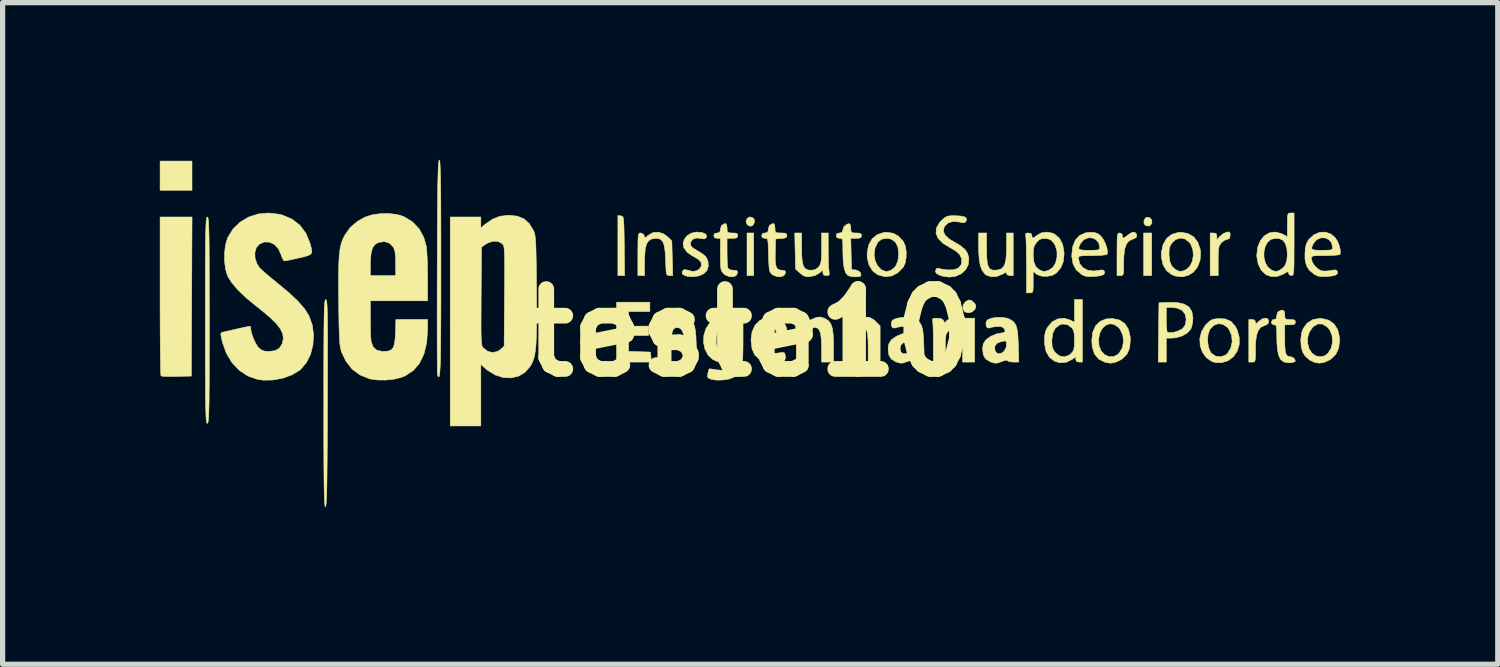
<source format=kicad_pcb>
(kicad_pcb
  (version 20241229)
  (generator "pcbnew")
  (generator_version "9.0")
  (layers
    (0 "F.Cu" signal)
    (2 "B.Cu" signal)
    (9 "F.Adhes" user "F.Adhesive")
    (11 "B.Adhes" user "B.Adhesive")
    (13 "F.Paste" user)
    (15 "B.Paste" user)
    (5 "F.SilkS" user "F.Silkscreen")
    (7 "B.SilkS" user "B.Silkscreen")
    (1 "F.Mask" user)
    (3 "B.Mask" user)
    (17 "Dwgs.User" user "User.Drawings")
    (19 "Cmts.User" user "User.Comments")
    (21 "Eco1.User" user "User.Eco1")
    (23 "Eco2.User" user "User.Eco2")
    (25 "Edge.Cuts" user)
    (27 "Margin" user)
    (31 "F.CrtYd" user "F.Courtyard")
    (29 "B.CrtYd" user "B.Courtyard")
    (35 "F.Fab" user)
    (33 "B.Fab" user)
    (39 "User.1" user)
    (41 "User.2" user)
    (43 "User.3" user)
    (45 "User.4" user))
  (footprint "teste10"
    (layer "F.Cu")
    (at 11.257 3.301)
    (property "Reference" "teste10" (at 0 0 0) (layer "F.SilkS") (effects (font (size 1.524 1.524) (thickness 0.3))))
    (attr through_hole)
    (fp_poly (pts (xy -10.643 -2.718) (xy -11.252 -2.718) (xy -11.252 -3.277) (xy -10.643 -3.277) (xy -10.643 -2.718)) (stroke (width 0.01) (type solid)) (fill yes) (layer "F.SilkS"))
    (fp_poly (pts (xy 0.076 -1.092) (xy -0.051 -1.092) (xy -0.051 -1.905) (xy 0.076 -1.905) (xy 0.076 -1.092)) (stroke (width 0.01) (type solid)) (fill yes) (layer "F.SilkS"))
    (fp_poly (pts (xy 4.293 0.559) (xy 4.064 0.559) (xy 4.064 -0.279) (xy 4.293 -0.279) (xy 4.293 0.559)) (stroke (width 0.01) (type solid)) (fill yes) (layer "F.SilkS"))
    (fp_poly (pts (xy 7.671 -1.092) (xy 7.518 -1.092) (xy 7.518 -1.905) (xy 7.671 -1.905) (xy 7.671 -1.092)) (stroke (width 0.01) (type solid)) (fill yes) (layer "F.SilkS"))
    (fp_poly (pts (xy 0.07 -2.189) (xy 0.089 -2.158) (xy 0.088 -2.098) (xy 0.056 -2.049) (xy 0.013 -2.032) (xy -0.029 -2.05) (xy -0.05 -2.069) (xy -0.07 -2.125) (xy -0.052 -2.177) (xy -0.005 -2.208) (xy 0.013 -2.21) (xy 0.07 -2.189)) (stroke (width 0.01) (type solid)) (fill yes) (layer "F.SilkS"))
    (fp_poly (pts (xy 7.636 -2.196) (xy 7.672 -2.153) (xy 7.676 -2.096) (xy 7.669 -2.079) (xy 7.626 -2.037) (xy 7.568 -2.043) (xy 7.548 -2.054) (xy 7.523 -2.095) (xy 7.527 -2.15) (xy 7.556 -2.194) (xy 7.58 -2.206) (xy 7.636 -2.196)) (stroke (width 0.01) (type solid)) (fill yes) (layer "F.SilkS"))
    (fp_poly (pts (xy -2.457 -2.231) (xy -2.439 -2.227) (xy -2.425 -2.218) (xy -2.414 -2.196) (xy -2.407 -2.157) (xy -2.402 -2.093) (xy -2.399 -1.998) (xy -2.396 -1.865) (xy -2.394 -1.69) (xy -2.393 -1.657) (xy -2.387 -1.092) (xy -2.515 -1.092) (xy -2.515 -2.239) (xy -2.457 -2.231)) (stroke (width 0.01) (type solid)) (fill yes) (layer "F.SilkS"))
    (fp_poly (pts (xy -1.905 -0.406) (xy -2.311 -0.406) (xy -2.311 -0.127) (xy -1.93 -0.127) (xy -1.93 0.051) (xy -2.311 0.051) (xy -2.311 0.354) (xy -2.102 0.361) (xy -1.892 0.368) (xy -1.877 0.559) (xy -2.54 0.559) (xy -2.54 -0.584) (xy -1.905 -0.584) (xy -1.905 -0.406)) (stroke (width 0.01) (type solid)) (fill yes) (layer "F.SilkS"))
    (fp_poly (pts (xy 4.216 -0.622) (xy 4.255 -0.599) (xy 4.3 -0.554) (xy 4.318 -0.509) (xy 4.297 -0.445) (xy 4.244 -0.399) (xy 4.177 -0.381) (xy 4.113 -0.397) (xy 4.094 -0.411) (xy 4.065 -0.472) (xy 4.076 -0.54) (xy 4.124 -0.597) (xy 4.128 -0.599) (xy 4.177 -0.626) (xy 4.216 -0.622)) (stroke (width 0.01) (type solid)) (fill yes) (layer "F.SilkS"))
    (fp_poly (pts (xy -10.649 -0.692) (xy -10.655 0.826) (xy -10.936 0.833) (xy -11.051 0.834) (xy -11.146 0.832) (xy -11.211 0.828) (xy -11.234 0.822) (xy -11.238 0.794) (xy -11.241 0.72) (xy -11.243 0.604) (xy -11.246 0.45) (xy -11.248 0.264) (xy -11.25 0.049) (xy -11.251 -0.189) (xy -11.252 -0.447) (xy -11.252 -0.703) (xy -11.252 -2.21) (xy -10.642 -2.21) (xy -10.649 -0.692)) (stroke (width 0.01) (type solid)) (fill yes) (layer "F.SilkS"))
    (fp_poly (pts (xy 2.007 -0.204) (xy 2.089 -0.254) (xy 2.193 -0.299) (xy 2.286 -0.296) (xy 2.376 -0.244) (xy 2.403 -0.218) (xy 2.489 -0.132) (xy 2.489 0.559) (xy 2.261 0.559) (xy 2.261 0.278) (xy 2.258 0.128) (xy 2.249 0.021) (xy 2.231 -0.048) (xy 2.203 -0.086) (xy 2.162 -0.101) (xy 2.147 -0.102) (xy 2.091 -0.091) (xy 2.051 -0.055) (xy 2.026 0.013) (xy 2.011 0.117) (xy 2.007 0.266) (xy 2.007 0.285) (xy 2.007 0.559) (xy 1.778 0.559) (xy 1.778 -0.66) (xy 2.007 -0.66) (xy 2.007 -0.204)) (stroke (width 0.01) (type solid)) (fill yes) (layer "F.SilkS"))
    (fp_poly (pts (xy 9.167 -1.903) (xy 9.169 -1.862) (xy 9.161 -1.807) (xy 9.127 -1.786) (xy 9.112 -1.785) (xy 9.057 -1.763) (xy 9 -1.717) (xy 8.998 -1.714) (xy 8.973 -1.68) (xy 8.956 -1.641) (xy 8.946 -1.586) (xy 8.942 -1.504) (xy 8.941 -1.383) (xy 8.941 -1.37) (xy 8.941 -1.092) (xy 8.788 -1.092) (xy 8.788 -1.905) (xy 8.852 -1.905) (xy 8.9 -1.895) (xy 8.915 -1.854) (xy 8.915 -1.84) (xy 8.915 -1.775) (xy 8.973 -1.839) (xy 9.034 -1.89) (xy 9.1 -1.919) (xy 9.149 -1.926) (xy 9.167 -1.903)) (stroke (width 0.01) (type solid)) (fill yes) (layer "F.SilkS"))
    (fp_poly (pts (xy 9.887 -0.267) (xy 9.906 -0.223) (xy 9.906 -0.221) (xy 9.892 -0.174) (xy 9.841 -0.144) (xy 9.823 -0.139) (xy 9.753 -0.104) (xy 9.704 -0.043) (xy 9.672 0.051) (xy 9.655 0.183) (xy 9.652 0.311) (xy 9.652 0.425) (xy 9.649 0.497) (xy 9.641 0.537) (xy 9.626 0.554) (xy 9.602 0.559) (xy 9.588 0.559) (xy 9.525 0.559) (xy 9.525 -0.254) (xy 9.588 -0.254) (xy 9.639 -0.242) (xy 9.652 -0.204) (xy 9.655 -0.175) (xy 9.672 -0.178) (xy 9.713 -0.216) (xy 9.714 -0.217) (xy 9.779 -0.264) (xy 9.84 -0.28) (xy 9.887 -0.267)) (stroke (width 0.01) (type solid)) (fill yes) (layer "F.SilkS"))
    (fp_poly (pts (xy 4.521 -1.606) (xy 4.524 -1.449) (xy 4.534 -1.336) (xy 4.555 -1.261) (xy 4.587 -1.217) (xy 4.634 -1.197) (xy 4.673 -1.194) (xy 4.758 -1.202) (xy 4.819 -1.232) (xy 4.862 -1.289) (xy 4.887 -1.379) (xy 4.9 -1.508) (xy 4.902 -1.637) (xy 4.902 -1.905) (xy 5.029 -1.905) (xy 5.029 -1.092) (xy 4.966 -1.092) (xy 4.915 -1.105) (xy 4.902 -1.13) (xy 4.895 -1.15) (xy 4.865 -1.143) (xy 4.82 -1.117) (xy 4.713 -1.075) (xy 4.607 -1.07) (xy 4.515 -1.102) (xy 4.484 -1.127) (xy 4.435 -1.193) (xy 4.401 -1.281) (xy 4.38 -1.4) (xy 4.37 -1.557) (xy 4.369 -1.645) (xy 4.369 -1.905) (xy 4.521 -1.905) (xy 4.521 -1.606)) (stroke (width 0.01) (type solid)) (fill yes) (layer "F.SilkS"))
    (fp_poly (pts (xy 7.381 -1.885) (xy 7.386 -1.864) (xy 7.379 -1.823) (xy 7.337 -1.796) (xy 7.31 -1.788) (xy 7.24 -1.754) (xy 7.19 -1.694) (xy 7.158 -1.603) (xy 7.141 -1.473) (xy 7.137 -1.34) (xy 7.137 -1.226) (xy 7.134 -1.154) (xy 7.126 -1.114) (xy 7.112 -1.097) (xy 7.087 -1.092) (xy 7.074 -1.092) (xy 7.01 -1.092) (xy 7.01 -1.499) (xy 7.011 -1.651) (xy 7.012 -1.759) (xy 7.016 -1.831) (xy 7.022 -1.875) (xy 7.033 -1.897) (xy 7.048 -1.904) (xy 7.061 -1.905) (xy 7.104 -1.887) (xy 7.112 -1.854) (xy 7.117 -1.815) (xy 7.137 -1.809) (xy 7.18 -1.836) (xy 7.22 -1.868) (xy 7.293 -1.915) (xy 7.348 -1.92) (xy 7.381 -1.885)) (stroke (width 0.01) (type solid)) (fill yes) (layer "F.SilkS"))
    (fp_poly (pts (xy -1.239 -0.293) (xy -1.195 -0.28) (xy -1.134 -0.248) (xy -1.089 -0.206) (xy -1.058 -0.145) (xy -1.038 -0.057) (xy -1.026 0.065) (xy -1.02 0.222) (xy -1.011 0.559) (xy -1.245 0.559) (xy -1.245 0.298) (xy -1.25 0.141) (xy -1.264 0.028) (xy -1.29 -0.045) (xy -1.329 -0.086) (xy -1.363 -0.097) (xy -1.416 -0.096) (xy -1.454 -0.072) (xy -1.478 -0.018) (xy -1.492 0.072) (xy -1.498 0.203) (xy -1.499 0.269) (xy -1.499 0.559) (xy -1.753 0.559) (xy -1.753 -0.279) (xy -1.651 -0.279) (xy -1.58 -0.273) (xy -1.551 -0.252) (xy -1.549 -0.241) (xy -1.536 -0.207) (xy -1.502 -0.214) (xy -1.474 -0.241) (xy -1.415 -0.278) (xy -1.33 -0.296) (xy -1.239 -0.293)) (stroke (width 0.01) (type solid)) (fill yes) (layer "F.SilkS"))
    (fp_poly (pts (xy 3.949 -0.291) (xy 3.961 -0.243) (xy 3.962 -0.191) (xy 3.96 -0.12) (xy 3.947 -0.087) (xy 3.916 -0.077) (xy 3.899 -0.076) (xy 3.833 -0.059) (xy 3.785 -0.025) (xy 3.761 0.004) (xy 3.746 0.043) (xy 3.738 0.102) (xy 3.734 0.194) (xy 3.734 0.292) (xy 3.734 0.559) (xy 3.505 0.559) (xy 3.505 0.18) (xy 3.504 0.044) (xy 3.501 -0.077) (xy 3.497 -0.17) (xy 3.492 -0.228) (xy 3.49 -0.239) (xy 3.489 -0.265) (xy 3.521 -0.277) (xy 3.575 -0.279) (xy 3.648 -0.272) (xy 3.689 -0.246) (xy 3.703 -0.222) (xy 3.723 -0.19) (xy 3.732 -0.196) (xy 3.755 -0.228) (xy 3.807 -0.264) (xy 3.87 -0.293) (xy 3.923 -0.305) (xy 3.949 -0.291)) (stroke (width 0.01) (type solid)) (fill yes) (layer "F.SilkS"))
    (fp_poly (pts (xy 8.162 -0.576) (xy 8.293 -0.547) (xy 8.384 -0.491) (xy 8.438 -0.405) (xy 8.458 -0.289) (xy 8.458 -0.275) (xy 8.45 -0.182) (xy 8.429 -0.098) (xy 8.418 -0.073) (xy 8.356 -0.001) (xy 8.259 0.057) (xy 8.142 0.093) (xy 8.058 0.101) (xy 7.95 0.102) (xy 7.95 0.559) (xy 7.797 0.559) (xy 7.809 -0.483) (xy 7.95 -0.483) (xy 7.95 -0.258) (xy 7.952 -0.156) (xy 7.957 -0.074) (xy 7.964 -0.025) (xy 7.967 -0.017) (xy 8.01 -0.001) (xy 8.089 -0.009) (xy 8.159 -0.027) (xy 8.257 -0.075) (xy 8.314 -0.153) (xy 8.33 -0.253) (xy 8.309 -0.358) (xy 8.248 -0.432) (xy 8.149 -0.473) (xy 8.053 -0.483) (xy 7.95 -0.483) (xy 7.809 -0.483) (xy 7.811 -0.572) (xy 7.988 -0.58) (xy 8.162 -0.576)) (stroke (width 0.01) (type solid)) (fill yes) (layer "F.SilkS"))
    (fp_poly (pts (xy 0.991 -1.624) (xy 0.994 -1.464) (xy 1.005 -1.347) (xy 1.027 -1.268) (xy 1.063 -1.221) (xy 1.115 -1.198) (xy 1.167 -1.194) (xy 1.247 -1.204) (xy 1.303 -1.242) (xy 1.319 -1.261) (xy 1.342 -1.296) (xy 1.358 -1.339) (xy 1.366 -1.399) (xy 1.371 -1.489) (xy 1.372 -1.616) (xy 1.372 -1.905) (xy 1.499 -1.905) (xy 1.499 -1.578) (xy 1.5 -1.446) (xy 1.503 -1.327) (xy 1.508 -1.231) (xy 1.514 -1.173) (xy 1.514 -1.172) (xy 1.521 -1.117) (xy 1.504 -1.096) (xy 1.464 -1.092) (xy 1.413 -1.102) (xy 1.397 -1.14) (xy 1.397 -1.147) (xy 1.397 -1.203) (xy 1.335 -1.144) (xy 1.255 -1.097) (xy 1.161 -1.074) (xy 1.083 -1.07) (xy 1.027 -1.088) (xy 0.965 -1.135) (xy 0.962 -1.138) (xy 0.876 -1.215) (xy 0.86 -1.905) (xy 0.991 -1.905) (xy 0.991 -1.624)) (stroke (width 0.01) (type solid)) (fill yes) (layer "F.SilkS"))
    (fp_poly (pts (xy 1.431 -0.275) (xy 1.451 -0.265) (xy 1.508 -0.225) (xy 1.55 -0.167) (xy 1.577 -0.085) (xy 1.593 0.029) (xy 1.6 0.184) (xy 1.6 0.253) (xy 1.6 0.559) (xy 1.372 0.559) (xy 1.372 0.285) (xy 1.367 0.129) (xy 1.354 0.018) (xy 1.328 -0.054) (xy 1.29 -0.092) (xy 1.245 -0.102) (xy 1.194 -0.094) (xy 1.159 -0.066) (xy 1.136 -0.011) (xy 1.123 0.077) (xy 1.118 0.207) (xy 1.118 0.269) (xy 1.118 0.559) (xy 0.889 0.559) (xy 0.889 0.235) (xy 0.887 0.102) (xy 0.884 -0.021) (xy 0.879 -0.121) (xy 0.873 -0.184) (xy 0.873 -0.184) (xy 0.857 -0.279) (xy 0.959 -0.279) (xy 1.037 -0.27) (xy 1.075 -0.244) (xy 1.075 -0.243) (xy 1.092 -0.224) (xy 1.126 -0.229) (xy 1.185 -0.256) (xy 1.277 -0.295) (xy 1.352 -0.301) (xy 1.431 -0.275)) (stroke (width 0.01) (type solid)) (fill yes) (layer "F.SilkS"))
    (fp_poly (pts (xy -1.643 -1.889) (xy -1.569 -1.835) (xy -1.486 -1.752) (xy -1.477 -1.422) (xy -1.468 -1.092) (xy -1.531 -1.092) (xy -1.559 -1.094) (xy -1.577 -1.104) (xy -1.589 -1.132) (xy -1.596 -1.186) (xy -1.6 -1.275) (xy -1.604 -1.379) (xy -1.613 -1.54) (xy -1.629 -1.657) (xy -1.656 -1.735) (xy -1.695 -1.781) (xy -1.75 -1.801) (xy -1.785 -1.803) (xy -1.868 -1.792) (xy -1.929 -1.756) (xy -1.97 -1.692) (xy -1.994 -1.591) (xy -2.005 -1.449) (xy -2.007 -1.361) (xy -2.007 -1.092) (xy -2.134 -1.092) (xy -2.134 -1.499) (xy -2.133 -1.65) (xy -2.132 -1.759) (xy -2.128 -1.831) (xy -2.122 -1.874) (xy -2.111 -1.896) (xy -2.096 -1.904) (xy -2.08 -1.905) (xy -2.03 -1.883) (xy -2.014 -1.853) (xy -2.002 -1.82) (xy -1.984 -1.819) (xy -1.946 -1.852) (xy -1.938 -1.859) (xy -1.849 -1.911) (xy -1.746 -1.921) (xy -1.643 -1.889)) (stroke (width 0.01) (type solid)) (fill yes) (layer "F.SilkS"))
    (fp_poly (pts (xy 7.061 -0.242) (xy 7.162 -0.172) (xy 7.229 -0.065) (xy 7.261 0.077) (xy 7.264 0.145) (xy 7.249 0.294) (xy 7.2 0.408) (xy 7.115 0.494) (xy 7.06 0.527) (xy 6.964 0.568) (xy 6.883 0.58) (xy 6.792 0.564) (xy 6.773 0.558) (xy 6.66 0.501) (xy 6.582 0.407) (xy 6.538 0.276) (xy 6.528 0.147) (xy 6.532 0.115) (xy 6.659 0.115) (xy 6.666 0.24) (xy 6.666 0.243) (xy 6.705 0.344) (xy 6.771 0.416) (xy 6.853 0.454) (xy 6.942 0.455) (xy 7.026 0.413) (xy 7.049 0.391) (xy 7.11 0.29) (xy 7.134 0.17) (xy 7.121 0.048) (xy 7.071 -0.063) (xy 7.036 -0.105) (xy 6.954 -0.161) (xy 6.871 -0.172) (xy 6.794 -0.145) (xy 6.729 -0.084) (xy 6.682 0.005) (xy 6.659 0.115) (xy 6.532 0.115) (xy 6.546 -0.009) (xy 6.6 -0.131) (xy 6.687 -0.218) (xy 6.803 -0.265) (xy 6.928 -0.272) (xy 7.061 -0.242)) (stroke (width 0.01) (type solid)) (fill yes) (layer "F.SilkS"))
    (fp_poly (pts (xy 10.916 -0.273) (xy 11.049 -0.241) (xy 11.151 -0.169) (xy 11.221 -0.061) (xy 11.255 0.081) (xy 11.258 0.141) (xy 11.24 0.294) (xy 11.183 0.415) (xy 11.087 0.505) (xy 11.048 0.527) (xy 10.951 0.568) (xy 10.869 0.579) (xy 10.782 0.566) (xy 10.687 0.52) (xy 10.601 0.444) (xy 10.551 0.365) (xy 10.523 0.255) (xy 10.521 0.2) (xy 10.648 0.2) (xy 10.674 0.301) (xy 10.727 0.385) (xy 10.801 0.44) (xy 10.884 0.457) (xy 10.973 0.44) (xy 11.037 0.391) (xy 11.098 0.291) (xy 11.124 0.174) (xy 11.114 0.054) (xy 11.07 -0.054) (xy 11.024 -0.108) (xy 10.936 -0.165) (xy 10.851 -0.171) (xy 10.768 -0.127) (xy 10.744 -0.105) (xy 10.68 -0.014) (xy 10.648 0.092) (xy 10.648 0.2) (xy 10.521 0.2) (xy 10.517 0.126) (xy 10.533 0.002) (xy 10.56 -0.076) (xy 10.64 -0.185) (xy 10.747 -0.252) (xy 10.879 -0.275) (xy 10.916 -0.273)) (stroke (width 0.01) (type solid)) (fill yes) (layer "F.SilkS"))
    (fp_poly (pts (xy 8.363 -1.895) (xy 8.472 -1.831) (xy 8.551 -1.729) (xy 8.597 -1.595) (xy 8.605 -1.531) (xy 8.595 -1.383) (xy 8.547 -1.258) (xy 8.47 -1.16) (xy 8.369 -1.095) (xy 8.251 -1.068) (xy 8.124 -1.083) (xy 8.052 -1.111) (xy 7.955 -1.187) (xy 7.889 -1.297) (xy 7.858 -1.433) (xy 7.857 -1.513) (xy 8.002 -1.513) (xy 8.002 -1.503) (xy 8.015 -1.369) (xy 8.054 -1.274) (xy 8.121 -1.209) (xy 8.131 -1.204) (xy 8.2 -1.174) (xy 8.262 -1.177) (xy 8.329 -1.205) (xy 8.4 -1.269) (xy 8.447 -1.363) (xy 8.466 -1.474) (xy 8.457 -1.588) (xy 8.417 -1.691) (xy 8.392 -1.725) (xy 8.31 -1.79) (xy 8.219 -1.808) (xy 8.128 -1.779) (xy 8.067 -1.725) (xy 8.027 -1.667) (xy 8.007 -1.603) (xy 8.002 -1.513) (xy 7.857 -1.513) (xy 7.857 -1.534) (xy 7.889 -1.683) (xy 7.956 -1.799) (xy 8.053 -1.877) (xy 8.178 -1.915) (xy 8.23 -1.918) (xy 8.363 -1.895)) (stroke (width 0.01) (type solid)) (fill yes) (layer "F.SilkS"))
    (fp_poly (pts (xy 9.079 -0.264) (xy 9.185 -0.217) (xy 9.266 -0.126) (xy 9.301 -0.059) (xy 9.342 0.085) (xy 9.342 0.224) (xy 9.303 0.351) (xy 9.231 0.456) (xy 9.128 0.533) (xy 9.004 0.571) (xy 8.902 0.57) (xy 8.825 0.55) (xy 8.716 0.475) (xy 8.639 0.37) (xy 8.597 0.246) (xy 8.593 0.163) (xy 8.739 0.163) (xy 8.756 0.276) (xy 8.794 0.367) (xy 8.813 0.393) (xy 8.893 0.446) (xy 8.986 0.458) (xy 9.074 0.43) (xy 9.115 0.398) (xy 9.18 0.294) (xy 9.208 0.172) (xy 9.197 0.047) (xy 9.147 -0.065) (xy 9.118 -0.103) (xy 9.034 -0.161) (xy 8.943 -0.174) (xy 8.857 -0.143) (xy 8.787 -0.069) (xy 8.774 -0.048) (xy 8.745 0.049) (xy 8.739 0.163) (xy 8.593 0.163) (xy 8.59 0.113) (xy 8.622 -0.019) (xy 8.692 -0.139) (xy 8.711 -0.16) (xy 8.775 -0.222) (xy 8.832 -0.254) (xy 8.907 -0.269) (xy 8.943 -0.272) (xy 9.079 -0.264)) (stroke (width 0.01) (type solid)) (fill yes) (layer "F.SilkS"))
    (fp_poly (pts (xy 1.921 -2.06) (xy 1.93 -2.006) (xy 1.93 -1.994) (xy 1.933 -1.937) (xy 1.952 -1.912) (xy 2.002 -1.905) (xy 2.032 -1.905) (xy 2.098 -1.901) (xy 2.128 -1.884) (xy 2.134 -1.854) (xy 2.125 -1.821) (xy 2.091 -1.806) (xy 2.031 -1.803) (xy 1.929 -1.803) (xy 1.936 -1.505) (xy 1.943 -1.206) (xy 2.023 -1.199) (xy 2.081 -1.178) (xy 2.119 -1.14) (xy 2.124 -1.097) (xy 2.114 -1.081) (xy 2.076 -1.07) (xy 2.01 -1.068) (xy 1.938 -1.075) (xy 1.882 -1.09) (xy 1.874 -1.094) (xy 1.831 -1.144) (xy 1.801 -1.239) (xy 1.784 -1.38) (xy 1.778 -1.556) (xy 1.778 -1.669) (xy 1.775 -1.741) (xy 1.767 -1.782) (xy 1.752 -1.799) (xy 1.728 -1.803) (xy 1.714 -1.803) (xy 1.665 -1.815) (xy 1.651 -1.854) (xy 1.666 -1.894) (xy 1.714 -1.905) (xy 1.763 -1.916) (xy 1.778 -1.957) (xy 1.778 -1.968) (xy 1.8 -2.029) (xy 1.855 -2.072) (xy 1.903 -2.083) (xy 1.921 -2.06)) (stroke (width 0.01) (type solid)) (fill yes) (layer "F.SilkS"))
    (fp_poly (pts (xy 2.736 -1.9) (xy 2.838 -1.845) (xy 2.931 -1.744) (xy 2.932 -1.743) (xy 2.969 -1.66) (xy 2.987 -1.55) (xy 2.985 -1.432) (xy 2.965 -1.324) (xy 2.931 -1.253) (xy 2.827 -1.146) (xy 2.708 -1.085) (xy 2.581 -1.071) (xy 2.45 -1.106) (xy 2.438 -1.111) (xy 2.343 -1.186) (xy 2.277 -1.296) (xy 2.243 -1.432) (xy 2.242 -1.484) (xy 2.375 -1.484) (xy 2.395 -1.373) (xy 2.442 -1.276) (xy 2.509 -1.205) (xy 2.593 -1.171) (xy 2.609 -1.169) (xy 2.654 -1.179) (xy 2.7 -1.196) (xy 2.777 -1.258) (xy 2.826 -1.36) (xy 2.845 -1.496) (xy 2.845 -1.507) (xy 2.828 -1.638) (xy 2.78 -1.732) (xy 2.701 -1.788) (xy 2.614 -1.803) (xy 2.516 -1.786) (xy 2.446 -1.73) (xy 2.397 -1.631) (xy 2.388 -1.6) (xy 2.375 -1.484) (xy 2.242 -1.484) (xy 2.242 -1.531) (xy 2.271 -1.677) (xy 2.337 -1.793) (xy 2.434 -1.873) (xy 2.558 -1.914) (xy 2.616 -1.918) (xy 2.736 -1.9)) (stroke (width 0.01) (type solid)) (fill yes) (layer "F.SilkS"))
    (fp_poly (pts (xy -0.903 -1.911) (xy -0.838 -1.882) (xy -0.82 -1.844) (xy -0.834 -1.81) (xy -0.868 -1.791) (xy -0.932 -1.801) (xy -1.019 -1.809) (xy -1.088 -1.784) (xy -1.126 -1.731) (xy -1.13 -1.701) (xy -1.12 -1.657) (xy -1.081 -1.617) (xy -1.004 -1.57) (xy -1.003 -1.57) (xy -0.924 -1.522) (xy -0.858 -1.472) (xy -0.832 -1.446) (xy -0.795 -1.366) (xy -0.79 -1.27) (xy -0.814 -1.192) (xy -0.873 -1.13) (xy -0.965 -1.088) (xy -1.074 -1.069) (xy -1.185 -1.077) (xy -1.238 -1.093) (xy -1.286 -1.122) (xy -1.289 -1.16) (xy -1.274 -1.188) (xy -1.244 -1.208) (xy -1.19 -1.197) (xy -1.184 -1.195) (xy -1.089 -1.171) (xy -1.014 -1.183) (xy -0.964 -1.215) (xy -0.921 -1.274) (xy -0.925 -1.338) (xy -0.974 -1.398) (xy -1.035 -1.435) (xy -1.117 -1.482) (xy -1.193 -1.538) (xy -1.2 -1.545) (xy -1.257 -1.624) (xy -1.271 -1.707) (xy -1.247 -1.786) (xy -1.192 -1.854) (xy -1.112 -1.902) (xy -1.014 -1.923) (xy -0.903 -1.911)) (stroke (width 0.01) (type solid)) (fill yes) (layer "F.SilkS"))
    (fp_poly (pts (xy -0.44 -2.06) (xy -0.432 -2.006) (xy -0.432 -1.994) (xy -0.429 -1.937) (xy -0.41 -1.912) (xy -0.36 -1.905) (xy -0.33 -1.905) (xy -0.264 -1.901) (xy -0.234 -1.884) (xy -0.229 -1.854) (xy -0.237 -1.821) (xy -0.272 -1.806) (xy -0.33 -1.803) (xy -0.432 -1.803) (xy -0.432 -1.539) (xy -0.43 -1.424) (xy -0.427 -1.326) (xy -0.421 -1.258) (xy -0.416 -1.234) (xy -0.378 -1.203) (xy -0.313 -1.194) (xy -0.254 -1.189) (xy -0.233 -1.17) (xy -0.233 -1.137) (xy -0.261 -1.09) (xy -0.319 -1.068) (xy -0.391 -1.072) (xy -0.463 -1.102) (xy -0.495 -1.128) (xy -0.522 -1.157) (xy -0.54 -1.189) (xy -0.551 -1.233) (xy -0.557 -1.299) (xy -0.559 -1.399) (xy -0.559 -1.497) (xy -0.559 -1.803) (xy -0.622 -1.803) (xy -0.672 -1.815) (xy -0.686 -1.854) (xy -0.671 -1.894) (xy -0.622 -1.905) (xy -0.576 -1.914) (xy -0.56 -1.95) (xy -0.559 -1.978) (xy -0.54 -2.047) (xy -0.484 -2.08) (xy -0.455 -2.083) (xy -0.44 -2.06)) (stroke (width 0.01) (type solid)) (fill yes) (layer "F.SilkS"))
    (fp_poly (pts (xy 6.35 0.559) (xy 6.287 0.559) (xy 6.237 0.547) (xy 6.223 0.507) (xy 6.223 0.456) (xy 6.152 0.508) (xy 6.039 0.563) (xy 5.92 0.573) (xy 5.817 0.541) (xy 5.72 0.466) (xy 5.657 0.359) (xy 5.628 0.217) (xy 5.626 0.162) (xy 5.766 0.162) (xy 5.771 0.256) (xy 5.793 0.323) (xy 5.832 0.379) (xy 5.913 0.442) (xy 6.003 0.459) (xy 6.093 0.429) (xy 6.135 0.395) (xy 6.168 0.356) (xy 6.187 0.311) (xy 6.196 0.246) (xy 6.198 0.146) (xy 6.195 0.04) (xy 6.184 -0.029) (xy 6.163 -0.075) (xy 6.148 -0.095) (xy 6.064 -0.156) (xy 5.974 -0.168) (xy 5.915 -0.151) (xy 5.834 -0.092) (xy 5.785 0.005) (xy 5.766 0.142) (xy 5.766 0.162) (xy 5.626 0.162) (xy 5.626 0.152) (xy 5.631 0.042) (xy 5.651 -0.039) (xy 5.686 -0.109) (xy 5.773 -0.209) (xy 5.88 -0.266) (xy 5.999 -0.278) (xy 6.12 -0.242) (xy 6.123 -0.241) (xy 6.198 -0.202) (xy 6.198 -0.635) (xy 6.35 -0.635) (xy 6.35 0.559)) (stroke (width 0.01) (type solid)) (fill yes) (layer "F.SilkS"))
    (fp_poly (pts (xy 10.202 -0.409) (xy 10.211 -0.343) (xy 10.214 -0.286) (xy 10.233 -0.261) (xy 10.282 -0.254) (xy 10.312 -0.254) (xy 10.379 -0.25) (xy 10.408 -0.233) (xy 10.414 -0.203) (xy 10.405 -0.17) (xy 10.371 -0.155) (xy 10.312 -0.152) (xy 10.211 -0.152) (xy 10.211 0.122) (xy 10.213 0.26) (xy 10.221 0.354) (xy 10.238 0.413) (xy 10.266 0.445) (xy 10.308 0.456) (xy 10.327 0.457) (xy 10.371 0.473) (xy 10.404 0.507) (xy 10.411 0.542) (xy 10.406 0.549) (xy 10.362 0.567) (xy 10.292 0.572) (xy 10.221 0.564) (xy 10.185 0.552) (xy 10.133 0.508) (xy 10.095 0.433) (xy 10.072 0.322) (xy 10.061 0.17) (xy 10.06 0.095) (xy 10.058 -0.019) (xy 10.055 -0.091) (xy 10.046 -0.131) (xy 10.031 -0.149) (xy 10.008 -0.152) (xy 10.008 -0.152) (xy 9.965 -0.17) (xy 9.957 -0.203) (xy 9.975 -0.246) (xy 10.008 -0.254) (xy 10.045 -0.267) (xy 10.058 -0.312) (xy 10.058 -0.327) (xy 10.076 -0.395) (xy 10.131 -0.427) (xy 10.175 -0.432) (xy 10.202 -0.409)) (stroke (width 0.01) (type solid)) (fill yes) (layer "F.SilkS"))
    (fp_poly (pts (xy -5.919 -3.288) (xy -5.913 -3.26) (xy -5.909 -3.209) (xy -5.905 -3.131) (xy -5.902 -3.025) (xy -5.899 -2.887) (xy -5.897 -2.714) (xy -5.895 -2.505) (xy -5.894 -2.256) (xy -5.893 -1.964) (xy -5.893 -1.627) (xy -5.893 -1.242) (xy -5.893 -1.234) (xy -5.893 -0.847) (xy -5.893 -0.509) (xy -5.894 -0.215) (xy -5.896 0.036) (xy -5.898 0.247) (xy -5.9 0.421) (xy -5.903 0.561) (xy -5.908 0.669) (xy -5.913 0.749) (xy -5.919 0.802) (xy -5.926 0.833) (xy -5.935 0.842) (xy -5.944 0.835) (xy -5.955 0.812) (xy -5.957 0.806) (xy -5.959 0.777) (xy -5.961 0.7) (xy -5.962 0.58) (xy -5.963 0.421) (xy -5.964 0.227) (xy -5.964 0.002) (xy -5.965 -0.251) (xy -5.964 -0.528) (xy -5.964 -0.825) (xy -5.963 -1.137) (xy -5.963 -1.255) (xy -5.961 -1.639) (xy -5.96 -1.975) (xy -5.958 -2.266) (xy -5.956 -2.514) (xy -5.954 -2.722) (xy -5.951 -2.894) (xy -5.947 -3.03) (xy -5.944 -3.136) (xy -5.939 -3.212) (xy -5.934 -3.262) (xy -5.929 -3.289) (xy -5.925 -3.296) (xy -5.919 -3.288)) (stroke (width 0.01) (type solid)) (fill yes) (layer "F.SilkS"))
    (fp_poly (pts (xy -8.083 -0.631) (xy -8.077 -0.615) (xy -8.071 -0.586) (xy -8.067 -0.539) (xy -8.063 -0.471) (xy -8.061 -0.38) (xy -8.058 -0.262) (xy -8.057 -0.113) (xy -8.056 0.069) (xy -8.056 0.288) (xy -8.056 0.546) (xy -8.057 0.848) (xy -8.058 1.197) (xy -8.058 1.338) (xy -8.059 1.716) (xy -8.061 2.046) (xy -8.063 2.332) (xy -8.065 2.574) (xy -8.067 2.777) (xy -8.07 2.943) (xy -8.074 3.075) (xy -8.078 3.176) (xy -8.082 3.248) (xy -8.087 3.294) (xy -8.093 3.317) (xy -8.096 3.321) (xy -8.102 3.314) (xy -8.108 3.286) (xy -8.112 3.234) (xy -8.116 3.156) (xy -8.119 3.049) (xy -8.122 2.91) (xy -8.124 2.736) (xy -8.126 2.524) (xy -8.127 2.273) (xy -8.128 1.978) (xy -8.128 1.637) (xy -8.128 1.348) (xy -8.128 0.981) (xy -8.128 0.661) (xy -8.127 0.386) (xy -8.126 0.151) (xy -8.125 -0.045) (xy -8.123 -0.206) (xy -8.121 -0.337) (xy -8.118 -0.438) (xy -8.114 -0.515) (xy -8.11 -0.57) (xy -8.105 -0.606) (xy -8.099 -0.626) (xy -8.093 -0.634) (xy -8.09 -0.635) (xy -8.083 -0.631)) (stroke (width 0.01) (type solid)) (fill yes) (layer "F.SilkS"))
    (fp_poly (pts (xy 0.475 -2.06) (xy 0.482 -2.006) (xy 0.483 -1.994) (xy 0.485 -1.939) (xy 0.502 -1.913) (xy 0.546 -1.906) (xy 0.597 -1.905) (xy 0.669 -1.902) (xy 0.702 -1.888) (xy 0.711 -1.858) (xy 0.711 -1.856) (xy 0.701 -1.823) (xy 0.663 -1.806) (xy 0.603 -1.799) (xy 0.495 -1.791) (xy 0.488 -1.543) (xy 0.487 -1.401) (xy 0.495 -1.302) (xy 0.515 -1.239) (xy 0.549 -1.206) (xy 0.6 -1.194) (xy 0.612 -1.194) (xy 0.666 -1.188) (xy 0.683 -1.163) (xy 0.681 -1.137) (xy 0.653 -1.092) (xy 0.594 -1.07) (xy 0.521 -1.073) (xy 0.449 -1.101) (xy 0.43 -1.114) (xy 0.404 -1.138) (xy 0.387 -1.166) (xy 0.375 -1.209) (xy 0.368 -1.275) (xy 0.363 -1.375) (xy 0.36 -1.484) (xy 0.356 -1.616) (xy 0.352 -1.705) (xy 0.345 -1.76) (xy 0.335 -1.79) (xy 0.318 -1.801) (xy 0.294 -1.803) (xy 0.29 -1.803) (xy 0.241 -1.816) (xy 0.229 -1.854) (xy 0.243 -1.894) (xy 0.292 -1.905) (xy 0.338 -1.914) (xy 0.354 -1.95) (xy 0.356 -1.978) (xy 0.375 -2.047) (xy 0.43 -2.08) (xy 0.459 -2.083) (xy 0.475 -2.06)) (stroke (width 0.01) (type solid)) (fill yes) (layer "F.SilkS"))
    (fp_poly (pts (xy 4.017 -2.229) (xy 4.098 -2.213) (xy 4.136 -2.184) (xy 4.133 -2.14) (xy 4.12 -2.116) (xy 4.093 -2.1) (xy 4.038 -2.105) (xy 3.997 -2.115) (xy 3.884 -2.126) (xy 3.789 -2.099) (xy 3.722 -2.036) (xy 3.711 -2.016) (xy 3.697 -1.936) (xy 3.73 -1.861) (xy 3.812 -1.787) (xy 3.894 -1.738) (xy 4.021 -1.663) (xy 4.107 -1.592) (xy 4.157 -1.518) (xy 4.181 -1.431) (xy 4.182 -1.419) (xy 4.172 -1.302) (xy 4.121 -1.203) (xy 4.037 -1.127) (xy 3.929 -1.079) (xy 3.805 -1.063) (xy 3.672 -1.083) (xy 3.615 -1.104) (xy 3.56 -1.136) (xy 3.545 -1.172) (xy 3.548 -1.193) (xy 3.572 -1.232) (xy 3.604 -1.23) (xy 3.652 -1.218) (xy 3.729 -1.205) (xy 3.778 -1.2) (xy 3.902 -1.203) (xy 3.989 -1.239) (xy 4.038 -1.305) (xy 4.044 -1.33) (xy 4.044 -1.419) (xy 4.004 -1.498) (xy 3.92 -1.57) (xy 3.823 -1.626) (xy 3.686 -1.71) (xy 3.596 -1.802) (xy 3.555 -1.899) (xy 3.564 -1.999) (xy 3.622 -2.101) (xy 3.655 -2.137) (xy 3.718 -2.195) (xy 3.771 -2.224) (xy 3.837 -2.234) (xy 3.89 -2.235) (xy 4.017 -2.229)) (stroke (width 0.01) (type solid)) (fill yes) (layer "F.SilkS"))
    (fp_poly (pts (xy -10.343 -2.205) (xy -10.337 -2.19) (xy -10.332 -2.159) (xy -10.327 -2.111) (xy -10.324 -2.043) (xy -10.321 -1.95) (xy -10.318 -1.83) (xy -10.316 -1.679) (xy -10.315 -1.495) (xy -10.314 -1.274) (xy -10.313 -1.012) (xy -10.313 -0.707) (xy -10.312 -0.356) (xy -10.312 -0.241) (xy -10.312 0.125) (xy -10.313 0.443) (xy -10.313 0.717) (xy -10.314 0.95) (xy -10.316 1.145) (xy -10.317 1.306) (xy -10.32 1.435) (xy -10.323 1.535) (xy -10.326 1.611) (xy -10.331 1.664) (xy -10.336 1.7) (xy -10.341 1.719) (xy -10.348 1.727) (xy -10.351 1.727) (xy -10.358 1.723) (xy -10.364 1.707) (xy -10.369 1.677) (xy -10.374 1.629) (xy -10.377 1.56) (xy -10.38 1.467) (xy -10.383 1.347) (xy -10.385 1.197) (xy -10.386 1.012) (xy -10.387 0.791) (xy -10.388 0.529) (xy -10.388 0.224) (xy -10.389 -0.127) (xy -10.389 -0.241) (xy -10.389 -0.607) (xy -10.388 -0.926) (xy -10.388 -1.2) (xy -10.387 -1.433) (xy -10.385 -1.628) (xy -10.384 -1.788) (xy -10.381 -1.917) (xy -10.378 -2.018) (xy -10.375 -2.093) (xy -10.37 -2.147) (xy -10.365 -2.182) (xy -10.36 -2.202) (xy -10.353 -2.209) (xy -10.351 -2.21) (xy -10.343 -2.205)) (stroke (width 0.01) (type solid)) (fill yes) (layer "F.SilkS"))
    (fp_poly (pts (xy 0.467 -0.29) (xy 0.578 -0.248) (xy 0.664 -0.175) (xy 0.674 -0.16) (xy 0.7 -0.098) (xy 0.721 -0.01) (xy 0.73 0.054) (xy 0.744 0.203) (xy 0.499 0.203) (xy 0.385 0.204) (xy 0.313 0.208) (xy 0.274 0.216) (xy 0.257 0.231) (xy 0.254 0.25) (xy 0.277 0.315) (xy 0.338 0.363) (xy 0.426 0.389) (xy 0.53 0.389) (xy 0.564 0.383) (xy 0.63 0.373) (xy 0.663 0.384) (xy 0.672 0.399) (xy 0.685 0.473) (xy 0.667 0.526) (xy 0.641 0.543) (xy 0.532 0.563) (xy 0.415 0.57) (xy 0.318 0.561) (xy 0.312 0.56) (xy 0.187 0.509) (xy 0.098 0.425) (xy 0.045 0.307) (xy 0.026 0.151) (xy 0.025 0.136) (xy 0.039 0.031) (xy 0.243 0.031) (xy 0.263 0.045) (xy 0.317 0.05) (xy 0.379 0.051) (xy 0.462 0.05) (xy 0.505 0.043) (xy 0.519 0.026) (xy 0.515 -0.006) (xy 0.477 -0.085) (xy 0.421 -0.124) (xy 0.357 -0.122) (xy 0.296 -0.08) (xy 0.248 0.001) (xy 0.246 0.006) (xy 0.243 0.031) (xy 0.039 0.031) (xy 0.045 -0.019) (xy 0.101 -0.143) (xy 0.191 -0.234) (xy 0.312 -0.287) (xy 0.347 -0.294) (xy 0.467 -0.29)) (stroke (width 0.01) (type solid)) (fill yes) (layer "F.SilkS"))
    (fp_poly (pts (xy 3.111 -0.278) (xy 3.13 -0.271) (xy 3.198 -0.237) (xy 3.247 -0.194) (xy 3.281 -0.133) (xy 3.303 -0.046) (xy 3.316 0.075) (xy 3.323 0.233) (xy 3.333 0.559) (xy 3.23 0.559) (xy 3.162 0.553) (xy 3.118 0.54) (xy 3.112 0.535) (xy 3.081 0.527) (xy 3.019 0.544) (xy 3.01 0.548) (xy 2.932 0.576) (xy 2.873 0.579) (xy 2.805 0.559) (xy 2.777 0.547) (xy 2.699 0.497) (xy 2.656 0.423) (xy 2.642 0.315) (xy 2.642 0.306) (xy 2.87 0.306) (xy 2.888 0.373) (xy 2.935 0.403) (xy 3 0.393) (xy 3.031 0.375) (xy 3.063 0.33) (xy 3.088 0.26) (xy 3.091 0.244) (xy 3.107 0.144) (xy 3.023 0.161) (xy 2.932 0.19) (xy 2.884 0.236) (xy 2.87 0.306) (xy 2.642 0.306) (xy 2.642 0.305) (xy 2.653 0.217) (xy 2.693 0.149) (xy 2.713 0.127) (xy 2.8 0.066) (xy 2.911 0.02) (xy 3.021 0.000299) (xy 3.029 0.000141) (xy 3.066 -0.016) (xy 3.069 -0.055) (xy 3.036 -0.101) (xy 3.035 -0.102) (xy 2.983 -0.119) (xy 2.904 -0.12) (xy 2.816 -0.106) (xy 2.765 -0.09) (xy 2.729 -0.095) (xy 2.706 -0.132) (xy 2.701 -0.183) (xy 2.717 -0.23) (xy 2.732 -0.245) (xy 2.805 -0.277) (xy 2.906 -0.293) (xy 3.015 -0.294) (xy 3.111 -0.278)) (stroke (width 0.01) (type solid)) (fill yes) (layer "F.SilkS"))
    (fp_poly (pts (xy 4.907 -0.28) (xy 4.934 -0.271) (xy 5.002 -0.236) (xy 5.052 -0.192) (xy 5.086 -0.131) (xy 5.108 -0.043) (xy 5.12 0.079) (xy 5.127 0.234) (xy 5.136 0.559) (xy 5.034 0.559) (xy 4.968 0.553) (xy 4.927 0.538) (xy 4.923 0.532) (xy 4.895 0.522) (xy 4.829 0.541) (xy 4.82 0.545) (xy 4.741 0.574) (xy 4.682 0.58) (xy 4.619 0.563) (xy 4.58 0.547) (xy 4.502 0.497) (xy 4.459 0.423) (xy 4.445 0.315) (xy 4.445 0.305) (xy 4.447 0.29) (xy 4.674 0.29) (xy 4.691 0.363) (xy 4.736 0.399) (xy 4.797 0.393) (xy 4.851 0.356) (xy 4.891 0.289) (xy 4.902 0.225) (xy 4.898 0.172) (xy 4.876 0.155) (xy 4.822 0.162) (xy 4.73 0.193) (xy 4.683 0.243) (xy 4.674 0.29) (xy 4.447 0.29) (xy 4.456 0.217) (xy 4.497 0.149) (xy 4.517 0.127) (xy 4.603 0.066) (xy 4.714 0.02) (xy 4.824 0.000299) (xy 4.832 0.000141) (xy 4.87 -0.016) (xy 4.872 -0.055) (xy 4.84 -0.101) (xy 4.838 -0.102) (xy 4.787 -0.119) (xy 4.707 -0.12) (xy 4.619 -0.106) (xy 4.569 -0.09) (xy 4.534 -0.096) (xy 4.513 -0.133) (xy 4.509 -0.185) (xy 4.525 -0.232) (xy 4.538 -0.246) (xy 4.607 -0.277) (xy 4.705 -0.293) (xy 4.812 -0.295) (xy 4.907 -0.28)) (stroke (width 0.01) (type solid)) (fill yes) (layer "F.SilkS"))
    (fp_poly (pts (xy 6.59 -1.911) (xy 6.653 -1.886) (xy 6.702 -1.845) (xy 6.749 -1.783) (xy 6.789 -1.701) (xy 6.818 -1.614) (xy 6.829 -1.54) (xy 6.821 -1.5) (xy 6.788 -1.488) (xy 6.714 -1.479) (xy 6.606 -1.474) (xy 6.539 -1.473) (xy 6.42 -1.473) (xy 6.343 -1.469) (xy 6.299 -1.462) (xy 6.279 -1.449) (xy 6.274 -1.428) (xy 6.274 -1.424) (xy 6.296 -1.321) (xy 6.358 -1.243) (xy 6.45 -1.194) (xy 6.566 -1.179) (xy 6.631 -1.187) (xy 6.708 -1.199) (xy 6.749 -1.196) (xy 6.768 -1.176) (xy 6.769 -1.173) (xy 6.772 -1.132) (xy 6.741 -1.104) (xy 6.67 -1.085) (xy 6.575 -1.075) (xy 6.474 -1.072) (xy 6.405 -1.081) (xy 6.346 -1.107) (xy 6.331 -1.116) (xy 6.231 -1.202) (xy 6.171 -1.314) (xy 6.147 -1.456) (xy 6.147 -1.486) (xy 6.16 -1.604) (xy 6.281 -1.604) (xy 6.309 -1.585) (xy 6.374 -1.576) (xy 6.477 -1.575) (xy 6.578 -1.576) (xy 6.639 -1.581) (xy 6.669 -1.592) (xy 6.679 -1.612) (xy 6.68 -1.627) (xy 6.66 -1.717) (xy 6.608 -1.779) (xy 6.535 -1.811) (xy 6.454 -1.811) (xy 6.376 -1.777) (xy 6.314 -1.707) (xy 6.311 -1.699) (xy 6.284 -1.641) (xy 6.281 -1.604) (xy 6.16 -1.604) (xy 6.165 -1.645) (xy 6.216 -1.77) (xy 6.299 -1.859) (xy 6.412 -1.908) (xy 6.503 -1.918) (xy 6.59 -1.911)) (stroke (width 0.01) (type solid)) (fill yes) (layer "F.SilkS"))
    (fp_poly (pts (xy 10.389 -1.689) (xy 10.388 -1.5) (xy 10.388 -1.356) (xy 10.386 -1.25) (xy 10.382 -1.178) (xy 10.376 -1.131) (xy 10.368 -1.106) (xy 10.356 -1.095) (xy 10.341 -1.092) (xy 10.338 -1.092) (xy 10.296 -1.108) (xy 10.287 -1.13) (xy 10.283 -1.159) (xy 10.265 -1.164) (xy 10.222 -1.143) (xy 10.18 -1.118) (xy 10.069 -1.076) (xy 9.952 -1.074) (xy 9.851 -1.11) (xy 9.763 -1.194) (xy 9.704 -1.312) (xy 9.678 -1.455) (xy 9.677 -1.484) (xy 9.684 -1.54) (xy 9.814 -1.54) (xy 9.816 -1.435) (xy 9.841 -1.335) (xy 9.89 -1.251) (xy 9.965 -1.194) (xy 9.982 -1.186) (xy 10.03 -1.173) (xy 10.072 -1.178) (xy 10.123 -1.199) (xy 10.184 -1.244) (xy 10.225 -1.299) (xy 10.252 -1.387) (xy 10.26 -1.499) (xy 10.251 -1.611) (xy 10.225 -1.699) (xy 10.224 -1.7) (xy 10.178 -1.764) (xy 10.114 -1.796) (xy 10.03 -1.803) (xy 9.944 -1.782) (xy 9.879 -1.724) (xy 9.836 -1.64) (xy 9.814 -1.54) (xy 9.684 -1.54) (xy 9.695 -1.633) (xy 9.745 -1.756) (xy 9.82 -1.849) (xy 9.915 -1.906) (xy 10.024 -1.923) (xy 10.142 -1.896) (xy 10.166 -1.884) (xy 10.262 -1.834) (xy 10.262 -2.06) (xy 10.262 -2.168) (xy 10.266 -2.234) (xy 10.275 -2.269) (xy 10.292 -2.283) (xy 10.321 -2.286) (xy 10.325 -2.286) (xy 10.389 -2.286) (xy 10.389 -1.689)) (stroke (width 0.01) (type solid)) (fill yes) (layer "F.SilkS"))
    (fp_poly (pts (xy 11.097 -1.881) (xy 11.17 -1.819) (xy 11.216 -1.749) (xy 11.251 -1.663) (xy 11.271 -1.578) (xy 11.27 -1.512) (xy 11.264 -1.497) (xy 11.234 -1.487) (xy 11.164 -1.479) (xy 11.067 -1.474) (xy 10.984 -1.473) (xy 10.866 -1.473) (xy 10.789 -1.47) (xy 10.745 -1.463) (xy 10.725 -1.45) (xy 10.719 -1.428) (xy 10.719 -1.412) (xy 10.74 -1.339) (xy 10.793 -1.265) (xy 10.863 -1.206) (xy 10.918 -1.182) (xy 10.99 -1.177) (xy 11.077 -1.186) (xy 11.094 -1.19) (xy 11.163 -1.201) (xy 11.199 -1.195) (xy 11.213 -1.174) (xy 11.217 -1.132) (xy 11.187 -1.104) (xy 11.117 -1.085) (xy 11.02 -1.075) (xy 10.919 -1.072) (xy 10.85 -1.081) (xy 10.791 -1.107) (xy 10.776 -1.116) (xy 10.682 -1.192) (xy 10.624 -1.284) (xy 10.598 -1.402) (xy 10.597 -1.514) (xy 10.604 -1.604) (xy 10.726 -1.604) (xy 10.754 -1.585) (xy 10.819 -1.576) (xy 10.922 -1.575) (xy 11.023 -1.576) (xy 11.084 -1.581) (xy 11.114 -1.592) (xy 11.124 -1.612) (xy 11.125 -1.627) (xy 11.105 -1.717) (xy 11.053 -1.779) (xy 10.98 -1.811) (xy 10.899 -1.811) (xy 10.821 -1.777) (xy 10.759 -1.707) (xy 10.756 -1.699) (xy 10.729 -1.641) (xy 10.726 -1.604) (xy 10.604 -1.604) (xy 10.605 -1.619) (xy 10.622 -1.693) (xy 10.652 -1.753) (xy 10.674 -1.785) (xy 10.768 -1.872) (xy 10.876 -1.917) (xy 10.989 -1.921) (xy 11.097 -1.881)) (stroke (width 0.01) (type solid)) (fill yes) (layer "F.SilkS"))
    (fp_poly (pts (xy 5.781 -1.901) (xy 5.815 -1.885) (xy 5.911 -1.804) (xy 5.973 -1.687) (xy 5.999 -1.537) (xy 5.999 -1.502) (xy 5.985 -1.358) (xy 5.938 -1.243) (xy 5.855 -1.143) (xy 5.777 -1.098) (xy 5.676 -1.077) (xy 5.572 -1.081) (xy 5.486 -1.111) (xy 5.464 -1.128) (xy 5.41 -1.176) (xy 5.41 -0.969) (xy 5.41 -0.867) (xy 5.406 -0.806) (xy 5.395 -0.775) (xy 5.375 -0.763) (xy 5.347 -0.762) (xy 5.283 -0.762) (xy 5.283 -1.276) (xy 5.282 -1.436) (xy 5.281 -1.49) (xy 5.41 -1.49) (xy 5.422 -1.356) (xy 5.459 -1.263) (xy 5.523 -1.205) (xy 5.546 -1.194) (xy 5.596 -1.175) (xy 5.634 -1.173) (xy 5.685 -1.187) (xy 5.709 -1.196) (xy 5.784 -1.246) (xy 5.837 -1.331) (xy 5.864 -1.437) (xy 5.865 -1.55) (xy 5.835 -1.658) (xy 5.809 -1.704) (xy 5.759 -1.764) (xy 5.7 -1.792) (xy 5.648 -1.798) (xy 5.573 -1.797) (xy 5.522 -1.773) (xy 5.477 -1.727) (xy 5.438 -1.672) (xy 5.418 -1.613) (xy 5.411 -1.531) (xy 5.41 -1.49) (xy 5.281 -1.49) (xy 5.28 -1.582) (xy 5.277 -1.704) (xy 5.273 -1.794) (xy 5.268 -1.844) (xy 5.267 -1.848) (xy 5.264 -1.89) (xy 5.293 -1.904) (xy 5.318 -1.905) (xy 5.37 -1.894) (xy 5.385 -1.856) (xy 5.385 -1.854) (xy 5.392 -1.812) (xy 5.418 -1.81) (xy 5.468 -1.849) (xy 5.476 -1.856) (xy 5.564 -1.907) (xy 5.672 -1.922) (xy 5.781 -1.901)) (stroke (width 0.01) (type solid)) (fill yes) (layer "F.SilkS"))
    (fp_poly (pts (xy -0.439 -0.276) (xy -0.384 -0.244) (xy -0.346 -0.213) (xy -0.332 -0.217) (xy -0.33 -0.237) (xy -0.317 -0.266) (xy -0.271 -0.278) (xy -0.229 -0.279) (xy -0.127 -0.279) (xy -0.127 0.172) (xy -0.129 0.361) (xy -0.134 0.508) (xy -0.147 0.618) (xy -0.167 0.699) (xy -0.197 0.759) (xy -0.24 0.805) (xy -0.296 0.843) (xy -0.3 0.846) (xy -0.393 0.882) (xy -0.512 0.901) (xy -0.635 0.903) (xy -0.732 0.887) (xy -0.788 0.865) (xy -0.806 0.836) (xy -0.799 0.78) (xy -0.785 0.722) (xy -0.774 0.69) (xy -0.774 0.69) (xy -0.746 0.689) (xy -0.687 0.698) (xy -0.652 0.705) (xy -0.531 0.715) (xy -0.438 0.688) (xy -0.378 0.627) (xy -0.356 0.536) (xy -0.356 0.531) (xy -0.359 0.499) (xy -0.38 0.496) (xy -0.431 0.52) (xy -0.534 0.555) (xy -0.632 0.544) (xy -0.704 0.509) (xy -0.794 0.426) (xy -0.853 0.314) (xy -0.875 0.21) (xy -0.639 0.21) (xy -0.618 0.279) (xy -0.572 0.341) (xy -0.516 0.378) (xy -0.495 0.381) (xy -0.45 0.364) (xy -0.406 0.33) (xy -0.374 0.282) (xy -0.358 0.212) (xy -0.356 0.138) (xy -0.362 0.021) (xy -0.385 -0.054) (xy -0.428 -0.092) (xy -0.483 -0.102) (xy -0.56 -0.08) (xy -0.612 -0.015) (xy -0.638 0.093) (xy -0.639 0.21) (xy -0.875 0.21) (xy -0.88 0.185) (xy -0.875 0.05) (xy -0.835 -0.079) (xy -0.762 -0.19) (xy -0.746 -0.206) (xy -0.679 -0.262) (xy -0.615 -0.287) (xy -0.547 -0.292) (xy -0.439 -0.276)) (stroke (width 0.01) (type solid)) (fill yes) (layer "F.SilkS"))
    (fp_poly (pts (xy -4.435 -2.226) (xy -4.307 -2.174) (xy -4.206 -2.083) (xy -4.125 -1.948) (xy -4.122 -1.943) (xy -4.111 -1.913) (xy -4.101 -1.877) (xy -4.093 -1.829) (xy -4.087 -1.764) (xy -4.082 -1.678) (xy -4.078 -1.565) (xy -4.075 -1.419) (xy -4.072 -1.237) (xy -4.07 -1.012) (xy -4.068 -0.826) (xy -4.066 -0.534) (xy -4.066 -0.289) (xy -4.068 -0.085) (xy -4.072 0.083) (xy -4.078 0.22) (xy -4.089 0.331) (xy -4.102 0.42) (xy -4.12 0.492) (xy -4.142 0.553) (xy -4.169 0.608) (xy -4.19 0.642) (xy -4.289 0.755) (xy -4.412 0.828) (xy -4.553 0.861) (xy -4.703 0.853) (xy -4.855 0.805) (xy -5.002 0.716) (xy -5.037 0.687) (xy -5.131 0.604) (xy -5.131 1.778) (xy -5.715 1.778) (xy -5.715 -0.257) (xy -5.127 -0.257) (xy -5.127 -0.1) (xy -5.126 0.023) (xy -5.123 0.114) (xy -5.119 0.18) (xy -5.113 0.226) (xy -5.105 0.256) (xy -5.094 0.276) (xy -5.087 0.286) (xy -4.997 0.355) (xy -4.9 0.377) (xy -4.804 0.352) (xy -4.758 0.32) (xy -4.686 0.258) (xy -4.679 -0.695) (xy -4.677 -0.941) (xy -4.676 -1.14) (xy -4.676 -1.299) (xy -4.677 -1.422) (xy -4.679 -1.515) (xy -4.683 -1.582) (xy -4.689 -1.629) (xy -4.696 -1.66) (xy -4.706 -1.681) (xy -4.719 -1.696) (xy -4.724 -1.701) (xy -4.8 -1.744) (xy -4.896 -1.748) (xy -4.998 -1.715) (xy -5.032 -1.694) (xy -5.118 -1.636) (xy -5.125 -0.7) (xy -5.126 -0.456) (xy -5.127 -0.257) (xy -5.715 -0.257) (xy -5.715 -2.21) (xy -5.131 -2.21) (xy -5.131 -2.002) (xy -5.051 -2.069) (xy -4.909 -2.168) (xy -4.766 -2.224) (xy -4.606 -2.243) (xy -4.597 -2.243) (xy -4.435 -2.226)) (stroke (width 0.01) (type solid)) (fill yes) (layer "F.SilkS"))
    (fp_poly (pts (xy -6.727 -2.257) (xy -6.603 -2.219) (xy -6.437 -2.118) (xy -6.309 -1.985) (xy -6.219 -1.819) (xy -6.172 -1.651) (xy -6.164 -1.581) (xy -6.157 -1.472) (xy -6.151 -1.335) (xy -6.148 -1.181) (xy -6.147 -1.063) (xy -6.147 -0.61) (xy -7.239 -0.61) (xy -7.239 -0.257) (xy -7.238 -0.121) (xy -7.235 0.002) (xy -7.23 0.102) (xy -7.225 0.165) (xy -7.223 0.173) (xy -7.186 0.271) (xy -7.118 0.331) (xy -7.016 0.355) (xy -6.988 0.356) (xy -6.902 0.35) (xy -6.841 0.327) (xy -6.801 0.28) (xy -6.777 0.202) (xy -6.764 0.085) (xy -6.76 -0.003) (xy -6.752 -0.254) (xy -6.147 -0.254) (xy -6.147 -0.057) (xy -6.165 0.193) (xy -6.217 0.406) (xy -6.302 0.582) (xy -6.421 0.72) (xy -6.574 0.821) (xy -6.656 0.854) (xy -6.791 0.886) (xy -6.949 0.902) (xy -7.108 0.9) (xy -7.244 0.881) (xy -7.258 0.877) (xy -7.439 0.803) (xy -7.588 0.692) (xy -7.706 0.541) (xy -7.787 0.368) (xy -7.8 0.328) (xy -7.811 0.281) (xy -7.82 0.222) (xy -7.826 0.145) (xy -7.831 0.044) (xy -7.836 -0.087) (xy -7.839 -0.254) (xy -7.842 -0.462) (xy -7.843 -0.597) (xy -7.846 -0.86) (xy -7.846 -1.078) (xy -7.843 -1.257) (xy -7.841 -1.309) (xy -7.239 -1.309) (xy -7.239 -1.092) (xy -6.756 -1.092) (xy -6.756 -1.327) (xy -6.759 -1.452) (xy -6.768 -1.539) (xy -6.785 -1.601) (xy -6.805 -1.641) (xy -6.875 -1.711) (xy -6.969 -1.74) (xy -7.08 -1.726) (xy -7.088 -1.723) (xy -7.153 -1.684) (xy -7.199 -1.617) (xy -7.226 -1.516) (xy -7.238 -1.374) (xy -7.239 -1.309) (xy -7.841 -1.309) (xy -7.838 -1.402) (xy -7.829 -1.52) (xy -7.815 -1.616) (xy -7.797 -1.695) (xy -7.774 -1.765) (xy -7.744 -1.829) (xy -7.727 -1.862) (xy -7.624 -2.009) (xy -7.485 -2.127) (xy -7.342 -2.207) (xy -7.209 -2.25) (xy -7.05 -2.273) (xy -6.883 -2.276) (xy -6.727 -2.257)) (stroke (width 0.01) (type solid)) (fill yes) (layer "F.SilkS"))
    (fp_poly (pts (xy -8.975 -2.261) (xy -8.916 -2.246) (xy -8.733 -2.168) (xy -8.584 -2.052) (xy -8.471 -1.901) (xy -8.394 -1.717) (xy -8.366 -1.619) (xy -8.356 -1.552) (xy -8.371 -1.507) (xy -8.417 -1.477) (xy -8.501 -1.452) (xy -8.605 -1.428) (xy -8.712 -1.404) (xy -8.803 -1.385) (xy -8.863 -1.374) (xy -8.881 -1.372) (xy -8.904 -1.394) (xy -8.929 -1.45) (xy -8.94 -1.484) (xy -8.992 -1.601) (xy -9.069 -1.685) (xy -9.161 -1.73) (xy -9.262 -1.733) (xy -9.355 -1.694) (xy -9.415 -1.627) (xy -9.443 -1.533) (xy -9.44 -1.426) (xy -9.404 -1.318) (xy -9.356 -1.244) (xy -9.313 -1.201) (xy -9.239 -1.135) (xy -9.144 -1.054) (xy -9.037 -0.967) (xy -9.009 -0.944) (xy -8.791 -0.763) (xy -8.62 -0.601) (xy -8.494 -0.456) (xy -8.412 -0.327) (xy -8.409 -0.321) (xy -8.347 -0.145) (xy -8.323 0.042) (xy -8.335 0.23) (xy -8.38 0.408) (xy -8.458 0.567) (xy -8.566 0.695) (xy -8.591 0.716) (xy -8.736 0.803) (xy -8.911 0.866) (xy -9.1 0.901) (xy -9.287 0.904) (xy -9.389 0.889) (xy -9.576 0.825) (xy -9.74 0.717) (xy -9.879 0.57) (xy -9.988 0.389) (xy -10.063 0.178) (xy -10.068 0.156) (xy -10.087 0.071) (xy -10.093 0.023) (xy -10.084 0.000146) (xy -10.06 -0.01) (xy -10.05 -0.013) (xy -9.875 -0.053) (xy -9.744 -0.083) (xy -9.65 -0.104) (xy -9.587 -0.116) (xy -9.549 -0.122) (xy -9.53 -0.121) (xy -9.524 -0.115) (xy -9.524 -0.104) (xy -9.525 -0.094) (xy -9.512 -0.012) (xy -9.479 0.089) (xy -9.435 0.189) (xy -9.387 0.266) (xy -9.372 0.284) (xy -9.315 0.33) (xy -9.252 0.351) (xy -9.177 0.356) (xy -9.059 0.342) (xy -8.977 0.296) (xy -8.924 0.215) (xy -8.915 0.19) (xy -8.9 0.103) (xy -8.913 0.016) (xy -8.957 -0.077) (xy -9.037 -0.179) (xy -9.154 -0.294) (xy -9.312 -0.426) (xy -9.385 -0.484) (xy -9.602 -0.661) (xy -9.771 -0.823) (xy -9.894 -0.969) (xy -9.964 -1.086) (xy -10.002 -1.211) (xy -10.021 -1.365) (xy -10.021 -1.528) (xy -10.002 -1.683) (xy -9.963 -1.812) (xy -9.961 -1.816) (xy -9.86 -1.98) (xy -9.724 -2.112) (xy -9.561 -2.209) (xy -9.377 -2.268) (xy -9.179 -2.286) (xy -8.975 -2.261)) (stroke (width 0.01) (type solid)) (fill yes) (layer "F.SilkS")))
  (gr_rect
    (start -3 -3)
    (end 25.533 9.627)
    (stroke (width 0.1) (type default))
    (fill no)
    (layer "Edge.Cuts")))
</source>
